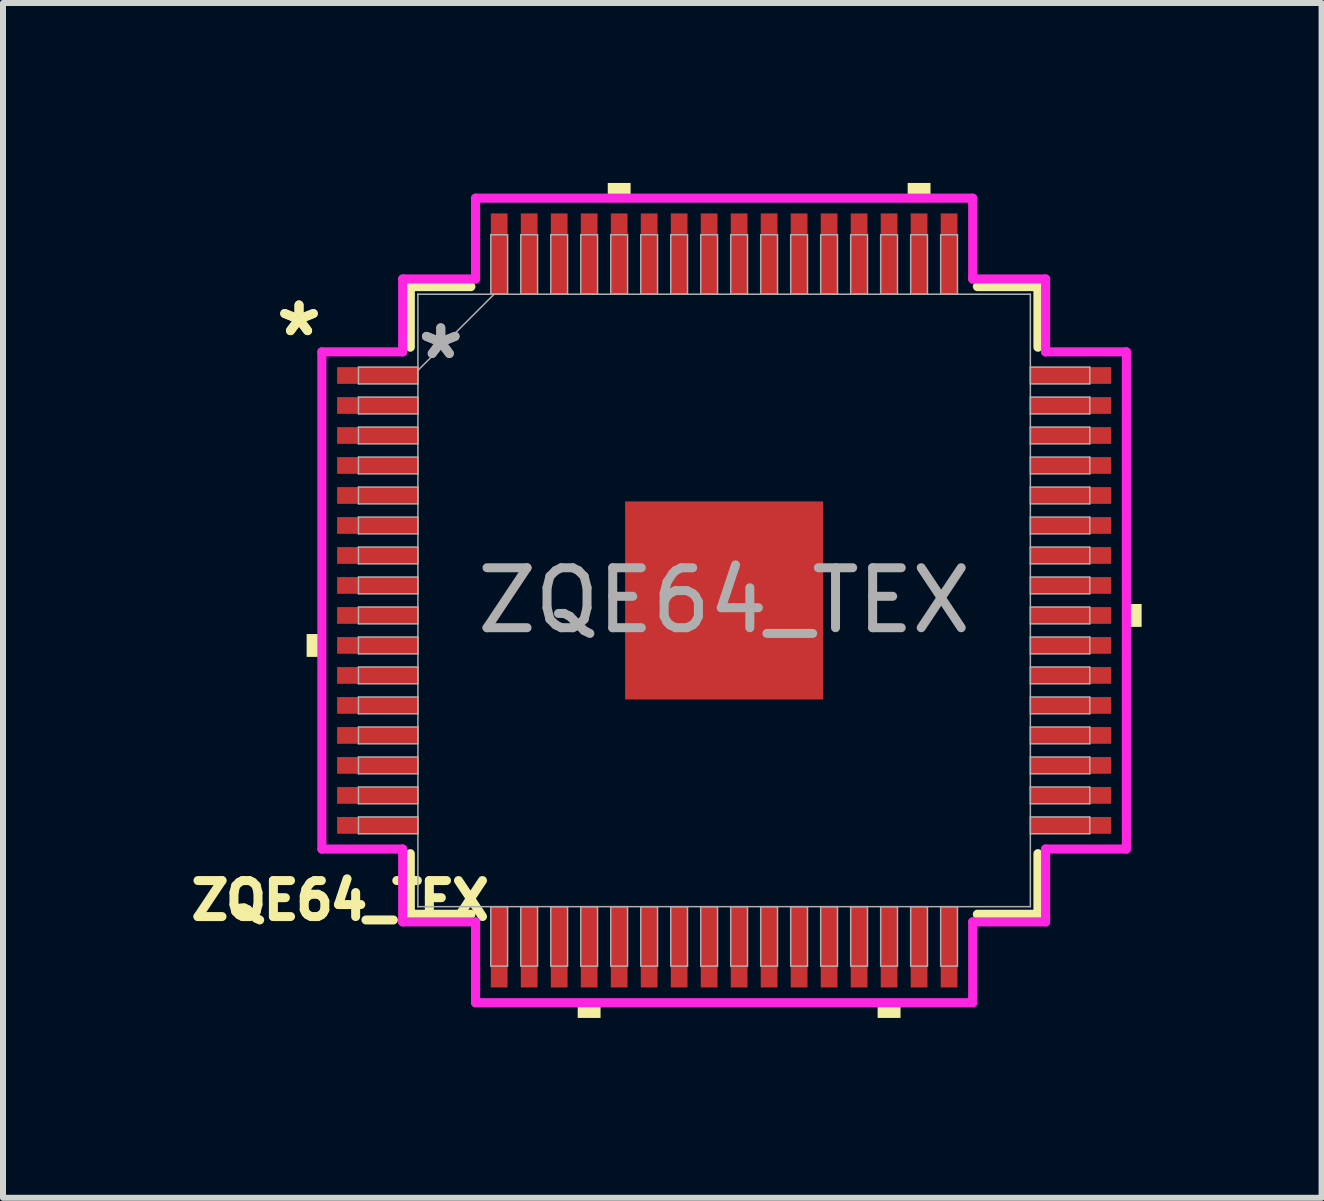
<source format=kicad_pcb>
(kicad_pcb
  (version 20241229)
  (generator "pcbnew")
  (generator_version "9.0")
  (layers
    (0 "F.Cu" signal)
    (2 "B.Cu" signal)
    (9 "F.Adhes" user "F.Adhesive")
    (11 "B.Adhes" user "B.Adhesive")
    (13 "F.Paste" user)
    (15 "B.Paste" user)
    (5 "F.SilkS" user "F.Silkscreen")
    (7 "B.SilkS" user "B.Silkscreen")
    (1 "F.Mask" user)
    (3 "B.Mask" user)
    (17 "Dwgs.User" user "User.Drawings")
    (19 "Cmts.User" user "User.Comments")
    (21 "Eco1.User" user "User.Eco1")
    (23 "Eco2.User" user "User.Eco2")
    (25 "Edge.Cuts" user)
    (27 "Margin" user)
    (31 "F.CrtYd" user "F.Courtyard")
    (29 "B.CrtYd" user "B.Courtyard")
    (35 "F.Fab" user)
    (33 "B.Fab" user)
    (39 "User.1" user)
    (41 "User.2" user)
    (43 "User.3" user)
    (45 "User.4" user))
  (footprint "ZQE64_TEX"
    (layer "F.Cu")
    (at 9.022 6.96)
    (property "Reference" "ZQE64_TEX" (at -6.4 5 0) (unlocked yes) (layer "F.SilkS") (effects (font (size 0.6 0.6) (thickness 0.15))))
    (attr smd)
    (fp_line (start -5.232 -5.232) (end -5.232 -4.222) (stroke (width 0.152) (type solid)) (layer "F.SilkS"))
    (fp_line (start -5.232 4.222) (end -5.232 5.232) (stroke (width 0.152) (type solid)) (layer "F.SilkS"))
    (fp_line (start -5.232 5.232) (end -4.222 5.232) (stroke (width 0.152) (type solid)) (layer "F.SilkS"))
    (fp_line (start -4.222 -5.232) (end -5.232 -5.232) (stroke (width 0.152) (type solid)) (layer "F.SilkS"))
    (fp_line (start 4.222 5.232) (end 5.232 5.232) (stroke (width 0.152) (type solid)) (layer "F.SilkS"))
    (fp_line (start 5.232 -5.232) (end 4.222 -5.232) (stroke (width 0.152) (type solid)) (layer "F.SilkS"))
    (fp_line (start 5.232 -4.222) (end 5.232 -5.232) (stroke (width 0.152) (type solid)) (layer "F.SilkS"))
    (fp_line (start 5.232 5.232) (end 5.232 4.222) (stroke (width 0.152) (type solid)) (layer "F.SilkS"))
    (fp_poly (pts (xy -6.96 0.56) (xy -6.96 0.941) (xy -6.706 0.941) (xy -6.706 0.56)) (stroke (width 0) (type solid)) (fill yes) (layer "F.SilkS"))
    (fp_poly (pts (xy -2.441 6.706) (xy -2.441 6.96) (xy -2.06 6.96) (xy -2.06 6.706)) (stroke (width 0) (type solid)) (fill yes) (layer "F.SilkS"))
    (fp_poly (pts (xy -1.94 -6.706) (xy -1.94 -6.96) (xy -1.559 -6.96) (xy -1.559 -6.706)) (stroke (width 0) (type solid)) (fill yes) (layer "F.SilkS"))
    (fp_poly (pts (xy 2.559 6.706) (xy 2.559 6.96) (xy 2.941 6.96) (xy 2.941 6.706)) (stroke (width 0) (type solid)) (fill yes) (layer "F.SilkS"))
    (fp_poly (pts (xy 3.06 -6.706) (xy 3.06 -6.96) (xy 3.441 -6.96) (xy 3.441 -6.706)) (stroke (width 0) (type solid)) (fill yes) (layer "F.SilkS"))
    (fp_poly (pts (xy 6.96 0.059) (xy 6.96 0.441) (xy 6.706 0.441) (xy 6.706 0.059)) (stroke (width 0) (type solid)) (fill yes) (layer "F.SilkS"))
    (fp_poly (pts (xy -1.551 -1.551) (xy -1.551 -0.1) (xy -0.1 -0.1) (xy -0.1 -1.551)) (stroke (width 0) (type solid)) (fill yes) (layer "F.Paste"))
    (fp_poly (pts (xy -1.551 0.1) (xy -1.551 1.551) (xy -0.1 1.551) (xy -0.1 0.1)) (stroke (width 0) (type solid)) (fill yes) (layer "F.Paste"))
    (fp_poly (pts (xy 0.1 -1.551) (xy 0.1 -0.1) (xy 1.551 -0.1) (xy 1.551 -1.551)) (stroke (width 0) (type solid)) (fill yes) (layer "F.Paste"))
    (fp_poly (pts (xy 0.1 0.1) (xy 0.1 1.551) (xy 1.551 1.551) (xy 1.551 0.1)) (stroke (width 0) (type solid)) (fill yes) (layer "F.Paste"))
    (fp_line (start -6.706 -4.144) (end -5.359 -4.144) (stroke (width 0.152) (type solid)) (layer "F.CrtYd"))
    (fp_line (start -6.706 4.144) (end -6.706 -4.144) (stroke (width 0.152) (type solid)) (layer "F.CrtYd"))
    (fp_line (start -5.359 -5.359) (end -4.144 -5.359) (stroke (width 0.152) (type solid)) (layer "F.CrtYd"))
    (fp_line (start -5.359 -4.144) (end -5.359 -5.359) (stroke (width 0.152) (type solid)) (layer "F.CrtYd"))
    (fp_line (start -5.359 4.144) (end -6.706 4.144) (stroke (width 0.152) (type solid)) (layer "F.CrtYd"))
    (fp_line (start -5.359 5.359) (end -5.359 4.144) (stroke (width 0.152) (type solid)) (layer "F.CrtYd"))
    (fp_line (start -5.359 5.359) (end -4.144 5.359) (stroke (width 0.152) (type solid)) (layer "F.CrtYd"))
    (fp_line (start -4.144 -6.706) (end 4.144 -6.706) (stroke (width 0.152) (type solid)) (layer "F.CrtYd"))
    (fp_line (start -4.144 -5.359) (end -4.144 -6.706) (stroke (width 0.152) (type solid)) (layer "F.CrtYd"))
    (fp_line (start -4.144 5.359) (end -4.144 6.706) (stroke (width 0.152) (type solid)) (layer "F.CrtYd"))
    (fp_line (start -4.144 6.706) (end 4.144 6.706) (stroke (width 0.152) (type solid)) (layer "F.CrtYd"))
    (fp_line (start 4.144 -6.706) (end 4.144 -5.359) (stroke (width 0.152) (type solid)) (layer "F.CrtYd"))
    (fp_line (start 4.144 -5.359) (end 5.359 -5.359) (stroke (width 0.152) (type solid)) (layer "F.CrtYd"))
    (fp_line (start 4.144 5.359) (end 5.359 5.359) (stroke (width 0.152) (type solid)) (layer "F.CrtYd"))
    (fp_line (start 4.144 6.706) (end 4.144 5.359) (stroke (width 0.152) (type solid)) (layer "F.CrtYd"))
    (fp_line (start 5.359 -4.144) (end 5.359 -5.359) (stroke (width 0.152) (type solid)) (layer "F.CrtYd"))
    (fp_line (start 5.359 4.144) (end 6.706 4.144) (stroke (width 0.152) (type solid)) (layer "F.CrtYd"))
    (fp_line (start 5.359 5.359) (end 5.359 4.144) (stroke (width 0.152) (type solid)) (layer "F.CrtYd"))
    (fp_line (start 6.706 -4.144) (end 5.359 -4.144) (stroke (width 0.152) (type solid)) (layer "F.CrtYd"))
    (fp_line (start 6.706 4.144) (end 6.706 -4.144) (stroke (width 0.152) (type solid)) (layer "F.CrtYd"))
    (fp_line (start -6.096 -3.89) (end -6.096 -3.61) (stroke (width 0.025) (type solid)) (layer "F.Fab"))
    (fp_line (start -6.096 -3.61) (end -5.105 -3.61) (stroke (width 0.025) (type solid)) (layer "F.Fab"))
    (fp_line (start -6.096 -3.39) (end -6.096 -3.11) (stroke (width 0.025) (type solid)) (layer "F.Fab"))
    (fp_line (start -6.096 -3.11) (end -5.105 -3.11) (stroke (width 0.025) (type solid)) (layer "F.Fab"))
    (fp_line (start -6.096 -2.89) (end -6.096 -2.61) (stroke (width 0.025) (type solid)) (layer "F.Fab"))
    (fp_line (start -6.096 -2.61) (end -5.105 -2.61) (stroke (width 0.025) (type solid)) (layer "F.Fab"))
    (fp_line (start -6.096 -2.39) (end -6.096 -2.11) (stroke (width 0.025) (type solid)) (layer "F.Fab"))
    (fp_line (start -6.096 -2.11) (end -5.105 -2.11) (stroke (width 0.025) (type solid)) (layer "F.Fab"))
    (fp_line (start -6.096 -1.89) (end -6.096 -1.61) (stroke (width 0.025) (type solid)) (layer "F.Fab"))
    (fp_line (start -6.096 -1.61) (end -5.105 -1.61) (stroke (width 0.025) (type solid)) (layer "F.Fab"))
    (fp_line (start -6.096 -1.39) (end -6.096 -1.11) (stroke (width 0.025) (type solid)) (layer "F.Fab"))
    (fp_line (start -6.096 -1.11) (end -5.105 -1.11) (stroke (width 0.025) (type solid)) (layer "F.Fab"))
    (fp_line (start -6.096 -0.89) (end -6.096 -0.61) (stroke (width 0.025) (type solid)) (layer "F.Fab"))
    (fp_line (start -6.096 -0.61) (end -5.105 -0.61) (stroke (width 0.025) (type solid)) (layer "F.Fab"))
    (fp_line (start -6.096 -0.39) (end -6.096 -0.11) (stroke (width 0.025) (type solid)) (layer "F.Fab"))
    (fp_line (start -6.096 -0.11) (end -5.105 -0.11) (stroke (width 0.025) (type solid)) (layer "F.Fab"))
    (fp_line (start -6.096 0.11) (end -6.096 0.39) (stroke (width 0.025) (type solid)) (layer "F.Fab"))
    (fp_line (start -6.096 0.39) (end -5.105 0.39) (stroke (width 0.025) (type solid)) (layer "F.Fab"))
    (fp_line (start -6.096 0.61) (end -6.096 0.89) (stroke (width 0.025) (type solid)) (layer "F.Fab"))
    (fp_line (start -6.096 0.89) (end -5.105 0.89) (stroke (width 0.025) (type solid)) (layer "F.Fab"))
    (fp_line (start -6.096 1.11) (end -6.096 1.39) (stroke (width 0.025) (type solid)) (layer "F.Fab"))
    (fp_line (start -6.096 1.39) (end -5.105 1.39) (stroke (width 0.025) (type solid)) (layer "F.Fab"))
    (fp_line (start -6.096 1.61) (end -6.096 1.89) (stroke (width 0.025) (type solid)) (layer "F.Fab"))
    (fp_line (start -6.096 1.89) (end -5.105 1.89) (stroke (width 0.025) (type solid)) (layer "F.Fab"))
    (fp_line (start -6.096 2.11) (end -6.096 2.39) (stroke (width 0.025) (type solid)) (layer "F.Fab"))
    (fp_line (start -6.096 2.39) (end -5.105 2.39) (stroke (width 0.025) (type solid)) (layer "F.Fab"))
    (fp_line (start -6.096 2.61) (end -6.096 2.89) (stroke (width 0.025) (type solid)) (layer "F.Fab"))
    (fp_line (start -6.096 2.89) (end -5.105 2.89) (stroke (width 0.025) (type solid)) (layer "F.Fab"))
    (fp_line (start -6.096 3.11) (end -6.096 3.39) (stroke (width 0.025) (type solid)) (layer "F.Fab"))
    (fp_line (start -6.096 3.39) (end -5.105 3.39) (stroke (width 0.025) (type solid)) (layer "F.Fab"))
    (fp_line (start -6.096 3.61) (end -6.096 3.89) (stroke (width 0.025) (type solid)) (layer "F.Fab"))
    (fp_line (start -6.096 3.89) (end -5.105 3.89) (stroke (width 0.025) (type solid)) (layer "F.Fab"))
    (fp_line (start -5.105 -5.105) (end -5.105 -5.105) (stroke (width 0.025) (type solid)) (layer "F.Fab"))
    (fp_line (start -5.105 -5.105) (end -5.105 5.105) (stroke (width 0.025) (type solid)) (layer "F.Fab"))
    (fp_line (start -5.105 -3.89) (end -6.096 -3.89) (stroke (width 0.025) (type solid)) (layer "F.Fab"))
    (fp_line (start -5.105 -3.835) (end -3.835 -5.105) (stroke (width 0.025) (type solid)) (layer "F.Fab"))
    (fp_line (start -5.105 -3.61) (end -5.105 -3.89) (stroke (width 0.025) (type solid)) (layer "F.Fab"))
    (fp_line (start -5.105 -3.39) (end -6.096 -3.39) (stroke (width 0.025) (type solid)) (layer "F.Fab"))
    (fp_line (start -5.105 -3.11) (end -5.105 -3.39) (stroke (width 0.025) (type solid)) (layer "F.Fab"))
    (fp_line (start -5.105 -2.89) (end -6.096 -2.89) (stroke (width 0.025) (type solid)) (layer "F.Fab"))
    (fp_line (start -5.105 -2.61) (end -5.105 -2.89) (stroke (width 0.025) (type solid)) (layer "F.Fab"))
    (fp_line (start -5.105 -2.39) (end -6.096 -2.39) (stroke (width 0.025) (type solid)) (layer "F.Fab"))
    (fp_line (start -5.105 -2.11) (end -5.105 -2.39) (stroke (width 0.025) (type solid)) (layer "F.Fab"))
    (fp_line (start -5.105 -1.89) (end -6.096 -1.89) (stroke (width 0.025) (type solid)) (layer "F.Fab"))
    (fp_line (start -5.105 -1.61) (end -5.105 -1.89) (stroke (width 0.025) (type solid)) (layer "F.Fab"))
    (fp_line (start -5.105 -1.39) (end -6.096 -1.39) (stroke (width 0.025) (type solid)) (layer "F.Fab"))
    (fp_line (start -5.105 -1.11) (end -5.105 -1.39) (stroke (width 0.025) (type solid)) (layer "F.Fab"))
    (fp_line (start -5.105 -0.89) (end -6.096 -0.89) (stroke (width 0.025) (type solid)) (layer "F.Fab"))
    (fp_line (start -5.105 -0.61) (end -5.105 -0.89) (stroke (width 0.025) (type solid)) (layer "F.Fab"))
    (fp_line (start -5.105 -0.39) (end -6.096 -0.39) (stroke (width 0.025) (type solid)) (layer "F.Fab"))
    (fp_line (start -5.105 -0.11) (end -5.105 -0.39) (stroke (width 0.025) (type solid)) (layer "F.Fab"))
    (fp_line (start -5.105 0.11) (end -6.096 0.11) (stroke (width 0.025) (type solid)) (layer "F.Fab"))
    (fp_line (start -5.105 0.39) (end -5.105 0.11) (stroke (width 0.025) (type solid)) (layer "F.Fab"))
    (fp_line (start -5.105 0.61) (end -6.096 0.61) (stroke (width 0.025) (type solid)) (layer "F.Fab"))
    (fp_line (start -5.105 0.89) (end -5.105 0.61) (stroke (width 0.025) (type solid)) (layer "F.Fab"))
    (fp_line (start -5.105 1.11) (end -6.096 1.11) (stroke (width 0.025) (type solid)) (layer "F.Fab"))
    (fp_line (start -5.105 1.39) (end -5.105 1.11) (stroke (width 0.025) (type solid)) (layer "F.Fab"))
    (fp_line (start -5.105 1.61) (end -6.096 1.61) (stroke (width 0.025) (type solid)) (layer "F.Fab"))
    (fp_line (start -5.105 1.89) (end -5.105 1.61) (stroke (width 0.025) (type solid)) (layer "F.Fab"))
    (fp_line (start -5.105 2.11) (end -6.096 2.11) (stroke (width 0.025) (type solid)) (layer "F.Fab"))
    (fp_line (start -5.105 2.39) (end -5.105 2.11) (stroke (width 0.025) (type solid)) (layer "F.Fab"))
    (fp_line (start -5.105 2.61) (end -6.096 2.61) (stroke (width 0.025) (type solid)) (layer "F.Fab"))
    (fp_line (start -5.105 2.89) (end -5.105 2.61) (stroke (width 0.025) (type solid)) (layer "F.Fab"))
    (fp_line (start -5.105 3.11) (end -6.096 3.11) (stroke (width 0.025) (type solid)) (layer "F.Fab"))
    (fp_line (start -5.105 3.39) (end -5.105 3.11) (stroke (width 0.025) (type solid)) (layer "F.Fab"))
    (fp_line (start -5.105 3.61) (end -6.096 3.61) (stroke (width 0.025) (type solid)) (layer "F.Fab"))
    (fp_line (start -5.105 3.89) (end -5.105 3.61) (stroke (width 0.025) (type solid)) (layer "F.Fab"))
    (fp_line (start -5.105 5.105) (end -5.105 5.105) (stroke (width 0.025) (type solid)) (layer "F.Fab"))
    (fp_line (start -5.105 5.105) (end 5.105 5.105) (stroke (width 0.025) (type solid)) (layer "F.Fab"))
    (fp_line (start -3.89 -6.096) (end -3.89 -5.105) (stroke (width 0.025) (type solid)) (layer "F.Fab"))
    (fp_line (start -3.89 -5.105) (end -3.61 -5.105) (stroke (width 0.025) (type solid)) (layer "F.Fab"))
    (fp_line (start -3.89 5.105) (end -3.89 6.096) (stroke (width 0.025) (type solid)) (layer "F.Fab"))
    (fp_line (start -3.89 6.096) (end -3.61 6.096) (stroke (width 0.025) (type solid)) (layer "F.Fab"))
    (fp_line (start -3.61 -6.096) (end -3.89 -6.096) (stroke (width 0.025) (type solid)) (layer "F.Fab"))
    (fp_line (start -3.61 -5.105) (end -3.61 -6.096) (stroke (width 0.025) (type solid)) (layer "F.Fab"))
    (fp_line (start -3.61 5.105) (end -3.89 5.105) (stroke (width 0.025) (type solid)) (layer "F.Fab"))
    (fp_line (start -3.61 6.096) (end -3.61 5.105) (stroke (width 0.025) (type solid)) (layer "F.Fab"))
    (fp_line (start -3.39 -6.096) (end -3.39 -5.105) (stroke (width 0.025) (type solid)) (layer "F.Fab"))
    (fp_line (start -3.39 -5.105) (end -3.11 -5.105) (stroke (width 0.025) (type solid)) (layer "F.Fab"))
    (fp_line (start -3.39 5.105) (end -3.39 6.096) (stroke (width 0.025) (type solid)) (layer "F.Fab"))
    (fp_line (start -3.39 6.096) (end -3.11 6.096) (stroke (width 0.025) (type solid)) (layer "F.Fab"))
    (fp_line (start -3.11 -6.096) (end -3.39 -6.096) (stroke (width 0.025) (type solid)) (layer "F.Fab"))
    (fp_line (start -3.11 -5.105) (end -3.11 -6.096) (stroke (width 0.025) (type solid)) (layer "F.Fab"))
    (fp_line (start -3.11 5.105) (end -3.39 5.105) (stroke (width 0.025) (type solid)) (layer "F.Fab"))
    (fp_line (start -3.11 6.096) (end -3.11 5.105) (stroke (width 0.025) (type solid)) (layer "F.Fab"))
    (fp_line (start -2.89 -6.096) (end -2.89 -5.105) (stroke (width 0.025) (type solid)) (layer "F.Fab"))
    (fp_line (start -2.89 -5.105) (end -2.61 -5.105) (stroke (width 0.025) (type solid)) (layer "F.Fab"))
    (fp_line (start -2.89 5.105) (end -2.89 6.096) (stroke (width 0.025) (type solid)) (layer "F.Fab"))
    (fp_line (start -2.89 6.096) (end -2.61 6.096) (stroke (width 0.025) (type solid)) (layer "F.Fab"))
    (fp_line (start -2.61 -6.096) (end -2.89 -6.096) (stroke (width 0.025) (type solid)) (layer "F.Fab"))
    (fp_line (start -2.61 -5.105) (end -2.61 -6.096) (stroke (width 0.025) (type solid)) (layer "F.Fab"))
    (fp_line (start -2.61 5.105) (end -2.89 5.105) (stroke (width 0.025) (type solid)) (layer "F.Fab"))
    (fp_line (start -2.61 6.096) (end -2.61 5.105) (stroke (width 0.025) (type solid)) (layer "F.Fab"))
    (fp_line (start -2.39 -6.096) (end -2.39 -5.105) (stroke (width 0.025) (type solid)) (layer "F.Fab"))
    (fp_line (start -2.39 -5.105) (end -2.11 -5.105) (stroke (width 0.025) (type solid)) (layer "F.Fab"))
    (fp_line (start -2.39 5.105) (end -2.39 6.096) (stroke (width 0.025) (type solid)) (layer "F.Fab"))
    (fp_line (start -2.39 6.096) (end -2.11 6.096) (stroke (width 0.025) (type solid)) (layer "F.Fab"))
    (fp_line (start -2.11 -6.096) (end -2.39 -6.096) (stroke (width 0.025) (type solid)) (layer "F.Fab"))
    (fp_line (start -2.11 -5.105) (end -2.11 -6.096) (stroke (width 0.025) (type solid)) (layer "F.Fab"))
    (fp_line (start -2.11 5.105) (end -2.39 5.105) (stroke (width 0.025) (type solid)) (layer "F.Fab"))
    (fp_line (start -2.11 6.096) (end -2.11 5.105) (stroke (width 0.025) (type solid)) (layer "F.Fab"))
    (fp_line (start -1.89 -6.096) (end -1.89 -5.105) (stroke (width 0.025) (type solid)) (layer "F.Fab"))
    (fp_line (start -1.89 -5.105) (end -1.61 -5.105) (stroke (width 0.025) (type solid)) (layer "F.Fab"))
    (fp_line (start -1.89 5.105) (end -1.89 6.096) (stroke (width 0.025) (type solid)) (layer "F.Fab"))
    (fp_line (start -1.89 6.096) (end -1.61 6.096) (stroke (width 0.025) (type solid)) (layer "F.Fab"))
    (fp_line (start -1.61 -6.096) (end -1.89 -6.096) (stroke (width 0.025) (type solid)) (layer "F.Fab"))
    (fp_line (start -1.61 -5.105) (end -1.61 -6.096) (stroke (width 0.025) (type solid)) (layer "F.Fab"))
    (fp_line (start -1.61 5.105) (end -1.89 5.105) (stroke (width 0.025) (type solid)) (layer "F.Fab"))
    (fp_line (start -1.61 6.096) (end -1.61 5.105) (stroke (width 0.025) (type solid)) (layer "F.Fab"))
    (fp_line (start -1.39 -6.096) (end -1.39 -5.105) (stroke (width 0.025) (type solid)) (layer "F.Fab"))
    (fp_line (start -1.39 -5.105) (end -1.11 -5.105) (stroke (width 0.025) (type solid)) (layer "F.Fab"))
    (fp_line (start -1.39 5.105) (end -1.39 6.096) (stroke (width 0.025) (type solid)) (layer "F.Fab"))
    (fp_line (start -1.39 6.096) (end -1.11 6.096) (stroke (width 0.025) (type solid)) (layer "F.Fab"))
    (fp_line (start -1.11 -6.096) (end -1.39 -6.096) (stroke (width 0.025) (type solid)) (layer "F.Fab"))
    (fp_line (start -1.11 -5.105) (end -1.11 -6.096) (stroke (width 0.025) (type solid)) (layer "F.Fab"))
    (fp_line (start -1.11 5.105) (end -1.39 5.105) (stroke (width 0.025) (type solid)) (layer "F.Fab"))
    (fp_line (start -1.11 6.096) (end -1.11 5.105) (stroke (width 0.025) (type solid)) (layer "F.Fab"))
    (fp_line (start -0.89 -6.096) (end -0.89 -5.105) (stroke (width 0.025) (type solid)) (layer "F.Fab"))
    (fp_line (start -0.89 -5.105) (end -0.61 -5.105) (stroke (width 0.025) (type solid)) (layer "F.Fab"))
    (fp_line (start -0.89 5.105) (end -0.89 6.096) (stroke (width 0.025) (type solid)) (layer "F.Fab"))
    (fp_line (start -0.89 6.096) (end -0.61 6.096) (stroke (width 0.025) (type solid)) (layer "F.Fab"))
    (fp_line (start -0.61 -6.096) (end -0.89 -6.096) (stroke (width 0.025) (type solid)) (layer "F.Fab"))
    (fp_line (start -0.61 -5.105) (end -0.61 -6.096) (stroke (width 0.025) (type solid)) (layer "F.Fab"))
    (fp_line (start -0.61 5.105) (end -0.89 5.105) (stroke (width 0.025) (type solid)) (layer "F.Fab"))
    (fp_line (start -0.61 6.096) (end -0.61 5.105) (stroke (width 0.025) (type solid)) (layer "F.Fab"))
    (fp_line (start -0.39 -6.096) (end -0.39 -5.105) (stroke (width 0.025) (type solid)) (layer "F.Fab"))
    (fp_line (start -0.39 -5.105) (end -0.11 -5.105) (stroke (width 0.025) (type solid)) (layer "F.Fab"))
    (fp_line (start -0.39 5.105) (end -0.39 6.096) (stroke (width 0.025) (type solid)) (layer "F.Fab"))
    (fp_line (start -0.39 6.096) (end -0.11 6.096) (stroke (width 0.025) (type solid)) (layer "F.Fab"))
    (fp_line (start -0.11 -6.096) (end -0.39 -6.096) (stroke (width 0.025) (type solid)) (layer "F.Fab"))
    (fp_line (start -0.11 -5.105) (end -0.11 -6.096) (stroke (width 0.025) (type solid)) (layer "F.Fab"))
    (fp_line (start -0.11 5.105) (end -0.39 5.105) (stroke (width 0.025) (type solid)) (layer "F.Fab"))
    (fp_line (start -0.11 6.096) (end -0.11 5.105) (stroke (width 0.025) (type solid)) (layer "F.Fab"))
    (fp_line (start 0.11 -6.096) (end 0.11 -5.105) (stroke (width 0.025) (type solid)) (layer "F.Fab"))
    (fp_line (start 0.11 -5.105) (end 0.39 -5.105) (stroke (width 0.025) (type solid)) (layer "F.Fab"))
    (fp_line (start 0.11 5.105) (end 0.11 6.096) (stroke (width 0.025) (type solid)) (layer "F.Fab"))
    (fp_line (start 0.11 6.096) (end 0.39 6.096) (stroke (width 0.025) (type solid)) (layer "F.Fab"))
    (fp_line (start 0.39 -6.096) (end 0.11 -6.096) (stroke (width 0.025) (type solid)) (layer "F.Fab"))
    (fp_line (start 0.39 -5.105) (end 0.39 -6.096) (stroke (width 0.025) (type solid)) (layer "F.Fab"))
    (fp_line (start 0.39 5.105) (end 0.11 5.105) (stroke (width 0.025) (type solid)) (layer "F.Fab"))
    (fp_line (start 0.39 6.096) (end 0.39 5.105) (stroke (width 0.025) (type solid)) (layer "F.Fab"))
    (fp_line (start 0.61 -6.096) (end 0.61 -5.105) (stroke (width 0.025) (type solid)) (layer "F.Fab"))
    (fp_line (start 0.61 -5.105) (end 0.89 -5.105) (stroke (width 0.025) (type solid)) (layer "F.Fab"))
    (fp_line (start 0.61 5.105) (end 0.61 6.096) (stroke (width 0.025) (type solid)) (layer "F.Fab"))
    (fp_line (start 0.61 6.096) (end 0.89 6.096) (stroke (width 0.025) (type solid)) (layer "F.Fab"))
    (fp_line (start 0.89 -6.096) (end 0.61 -6.096) (stroke (width 0.025) (type solid)) (layer "F.Fab"))
    (fp_line (start 0.89 -5.105) (end 0.89 -6.096) (stroke (width 0.025) (type solid)) (layer "F.Fab"))
    (fp_line (start 0.89 5.105) (end 0.61 5.105) (stroke (width 0.025) (type solid)) (layer "F.Fab"))
    (fp_line (start 0.89 6.096) (end 0.89 5.105) (stroke (width 0.025) (type solid)) (layer "F.Fab"))
    (fp_line (start 1.11 -6.096) (end 1.11 -5.105) (stroke (width 0.025) (type solid)) (layer "F.Fab"))
    (fp_line (start 1.11 -5.105) (end 1.39 -5.105) (stroke (width 0.025) (type solid)) (layer "F.Fab"))
    (fp_line (start 1.11 5.105) (end 1.11 6.096) (stroke (width 0.025) (type solid)) (layer "F.Fab"))
    (fp_line (start 1.11 6.096) (end 1.39 6.096) (stroke (width 0.025) (type solid)) (layer "F.Fab"))
    (fp_line (start 1.39 -6.096) (end 1.11 -6.096) (stroke (width 0.025) (type solid)) (layer "F.Fab"))
    (fp_line (start 1.39 -5.105) (end 1.39 -6.096) (stroke (width 0.025) (type solid)) (layer "F.Fab"))
    (fp_line (start 1.39 5.105) (end 1.11 5.105) (stroke (width 0.025) (type solid)) (layer "F.Fab"))
    (fp_line (start 1.39 6.096) (end 1.39 5.105) (stroke (width 0.025) (type solid)) (layer "F.Fab"))
    (fp_line (start 1.61 -6.096) (end 1.61 -5.105) (stroke (width 0.025) (type solid)) (layer "F.Fab"))
    (fp_line (start 1.61 -5.105) (end 1.89 -5.105) (stroke (width 0.025) (type solid)) (layer "F.Fab"))
    (fp_line (start 1.61 5.105) (end 1.61 6.096) (stroke (width 0.025) (type solid)) (layer "F.Fab"))
    (fp_line (start 1.61 6.096) (end 1.89 6.096) (stroke (width 0.025) (type solid)) (layer "F.Fab"))
    (fp_line (start 1.89 -6.096) (end 1.61 -6.096) (stroke (width 0.025) (type solid)) (layer "F.Fab"))
    (fp_line (start 1.89 -5.105) (end 1.89 -6.096) (stroke (width 0.025) (type solid)) (layer "F.Fab"))
    (fp_line (start 1.89 5.105) (end 1.61 5.105) (stroke (width 0.025) (type solid)) (layer "F.Fab"))
    (fp_line (start 1.89 6.096) (end 1.89 5.105) (stroke (width 0.025) (type solid)) (layer "F.Fab"))
    (fp_line (start 2.11 -6.096) (end 2.11 -5.105) (stroke (width 0.025) (type solid)) (layer "F.Fab"))
    (fp_line (start 2.11 -5.105) (end 2.39 -5.105) (stroke (width 0.025) (type solid)) (layer "F.Fab"))
    (fp_line (start 2.11 5.105) (end 2.11 6.096) (stroke (width 0.025) (type solid)) (layer "F.Fab"))
    (fp_line (start 2.11 6.096) (end 2.39 6.096) (stroke (width 0.025) (type solid)) (layer "F.Fab"))
    (fp_line (start 2.39 -6.096) (end 2.11 -6.096) (stroke (width 0.025) (type solid)) (layer "F.Fab"))
    (fp_line (start 2.39 -5.105) (end 2.39 -6.096) (stroke (width 0.025) (type solid)) (layer "F.Fab"))
    (fp_line (start 2.39 5.105) (end 2.11 5.105) (stroke (width 0.025) (type solid)) (layer "F.Fab"))
    (fp_line (start 2.39 6.096) (end 2.39 5.105) (stroke (width 0.025) (type solid)) (layer "F.Fab"))
    (fp_line (start 2.61 -6.096) (end 2.61 -5.105) (stroke (width 0.025) (type solid)) (layer "F.Fab"))
    (fp_line (start 2.61 -5.105) (end 2.89 -5.105) (stroke (width 0.025) (type solid)) (layer "F.Fab"))
    (fp_line (start 2.61 5.105) (end 2.61 6.096) (stroke (width 0.025) (type solid)) (layer "F.Fab"))
    (fp_line (start 2.61 6.096) (end 2.89 6.096) (stroke (width 0.025) (type solid)) (layer "F.Fab"))
    (fp_line (start 2.89 -6.096) (end 2.61 -6.096) (stroke (width 0.025) (type solid)) (layer "F.Fab"))
    (fp_line (start 2.89 -5.105) (end 2.89 -6.096) (stroke (width 0.025) (type solid)) (layer "F.Fab"))
    (fp_line (start 2.89 5.105) (end 2.61 5.105) (stroke (width 0.025) (type solid)) (layer "F.Fab"))
    (fp_line (start 2.89 6.096) (end 2.89 5.105) (stroke (width 0.025) (type solid)) (layer "F.Fab"))
    (fp_line (start 3.11 -6.096) (end 3.11 -5.105) (stroke (width 0.025) (type solid)) (layer "F.Fab"))
    (fp_line (start 3.11 -5.105) (end 3.39 -5.105) (stroke (width 0.025) (type solid)) (layer "F.Fab"))
    (fp_line (start 3.11 5.105) (end 3.11 6.096) (stroke (width 0.025) (type solid)) (layer "F.Fab"))
    (fp_line (start 3.11 6.096) (end 3.39 6.096) (stroke (width 0.025) (type solid)) (layer "F.Fab"))
    (fp_line (start 3.39 -6.096) (end 3.11 -6.096) (stroke (width 0.025) (type solid)) (layer "F.Fab"))
    (fp_line (start 3.39 -5.105) (end 3.39 -6.096) (stroke (width 0.025) (type solid)) (layer "F.Fab"))
    (fp_line (start 3.39 5.105) (end 3.11 5.105) (stroke (width 0.025) (type solid)) (layer "F.Fab"))
    (fp_line (start 3.39 6.096) (end 3.39 5.105) (stroke (width 0.025) (type solid)) (layer "F.Fab"))
    (fp_line (start 3.61 -6.096) (end 3.61 -5.105) (stroke (width 0.025) (type solid)) (layer "F.Fab"))
    (fp_line (start 3.61 -5.105) (end 3.89 -5.105) (stroke (width 0.025) (type solid)) (layer "F.Fab"))
    (fp_line (start 3.61 5.105) (end 3.61 6.096) (stroke (width 0.025) (type solid)) (layer "F.Fab"))
    (fp_line (start 3.61 6.096) (end 3.89 6.096) (stroke (width 0.025) (type solid)) (layer "F.Fab"))
    (fp_line (start 3.89 -6.096) (end 3.61 -6.096) (stroke (width 0.025) (type solid)) (layer "F.Fab"))
    (fp_line (start 3.89 -5.105) (end 3.89 -6.096) (stroke (width 0.025) (type solid)) (layer "F.Fab"))
    (fp_line (start 3.89 5.105) (end 3.61 5.105) (stroke (width 0.025) (type solid)) (layer "F.Fab"))
    (fp_line (start 3.89 6.096) (end 3.89 5.105) (stroke (width 0.025) (type solid)) (layer "F.Fab"))
    (fp_line (start 5.105 -5.105) (end -5.105 -5.105) (stroke (width 0.025) (type solid)) (layer "F.Fab"))
    (fp_line (start 5.105 -5.105) (end 5.105 -5.105) (stroke (width 0.025) (type solid)) (layer "F.Fab"))
    (fp_line (start 5.105 -3.89) (end 5.105 -3.61) (stroke (width 0.025) (type solid)) (layer "F.Fab"))
    (fp_line (start 5.105 -3.61) (end 6.096 -3.61) (stroke (width 0.025) (type solid)) (layer "F.Fab"))
    (fp_line (start 5.105 -3.39) (end 5.105 -3.11) (stroke (width 0.025) (type solid)) (layer "F.Fab"))
    (fp_line (start 5.105 -3.11) (end 6.096 -3.11) (stroke (width 0.025) (type solid)) (layer "F.Fab"))
    (fp_line (start 5.105 -2.89) (end 5.105 -2.61) (stroke (width 0.025) (type solid)) (layer "F.Fab"))
    (fp_line (start 5.105 -2.61) (end 6.096 -2.61) (stroke (width 0.025) (type solid)) (layer "F.Fab"))
    (fp_line (start 5.105 -2.39) (end 5.105 -2.11) (stroke (width 0.025) (type solid)) (layer "F.Fab"))
    (fp_line (start 5.105 -2.11) (end 6.096 -2.11) (stroke (width 0.025) (type solid)) (layer "F.Fab"))
    (fp_line (start 5.105 -1.89) (end 5.105 -1.61) (stroke (width 0.025) (type solid)) (layer "F.Fab"))
    (fp_line (start 5.105 -1.61) (end 6.096 -1.61) (stroke (width 0.025) (type solid)) (layer "F.Fab"))
    (fp_line (start 5.105 -1.39) (end 5.105 -1.11) (stroke (width 0.025) (type solid)) (layer "F.Fab"))
    (fp_line (start 5.105 -1.11) (end 6.096 -1.11) (stroke (width 0.025) (type solid)) (layer "F.Fab"))
    (fp_line (start 5.105 -0.89) (end 5.105 -0.61) (stroke (width 0.025) (type solid)) (layer "F.Fab"))
    (fp_line (start 5.105 -0.61) (end 6.096 -0.61) (stroke (width 0.025) (type solid)) (layer "F.Fab"))
    (fp_line (start 5.105 -0.39) (end 5.105 -0.11) (stroke (width 0.025) (type solid)) (layer "F.Fab"))
    (fp_line (start 5.105 -0.11) (end 6.096 -0.11) (stroke (width 0.025) (type solid)) (layer "F.Fab"))
    (fp_line (start 5.105 0.11) (end 5.105 0.39) (stroke (width 0.025) (type solid)) (layer "F.Fab"))
    (fp_line (start 5.105 0.39) (end 6.096 0.39) (stroke (width 0.025) (type solid)) (layer "F.Fab"))
    (fp_line (start 5.105 0.61) (end 5.105 0.89) (stroke (width 0.025) (type solid)) (layer "F.Fab"))
    (fp_line (start 5.105 0.89) (end 6.096 0.89) (stroke (width 0.025) (type solid)) (layer "F.Fab"))
    (fp_line (start 5.105 1.11) (end 5.105 1.39) (stroke (width 0.025) (type solid)) (layer "F.Fab"))
    (fp_line (start 5.105 1.39) (end 6.096 1.39) (stroke (width 0.025) (type solid)) (layer "F.Fab"))
    (fp_line (start 5.105 1.61) (end 5.105 1.89) (stroke (width 0.025) (type solid)) (layer "F.Fab"))
    (fp_line (start 5.105 1.89) (end 6.096 1.89) (stroke (width 0.025) (type solid)) (layer "F.Fab"))
    (fp_line (start 5.105 2.11) (end 5.105 2.39) (stroke (width 0.025) (type solid)) (layer "F.Fab"))
    (fp_line (start 5.105 2.39) (end 6.096 2.39) (stroke (width 0.025) (type solid)) (layer "F.Fab"))
    (fp_line (start 5.105 2.61) (end 5.105 2.89) (stroke (width 0.025) (type solid)) (layer "F.Fab"))
    (fp_line (start 5.105 2.89) (end 6.096 2.89) (stroke (width 0.025) (type solid)) (layer "F.Fab"))
    (fp_line (start 5.105 3.11) (end 5.105 3.39) (stroke (width 0.025) (type solid)) (layer "F.Fab"))
    (fp_line (start 5.105 3.39) (end 6.096 3.39) (stroke (width 0.025) (type solid)) (layer "F.Fab"))
    (fp_line (start 5.105 3.61) (end 5.105 3.89) (stroke (width 0.025) (type solid)) (layer "F.Fab"))
    (fp_line (start 5.105 3.89) (end 6.096 3.89) (stroke (width 0.025) (type solid)) (layer "F.Fab"))
    (fp_line (start 5.105 5.105) (end 5.105 -5.105) (stroke (width 0.025) (type solid)) (layer "F.Fab"))
    (fp_line (start 5.105 5.105) (end 5.105 5.105) (stroke (width 0.025) (type solid)) (layer "F.Fab"))
    (fp_line (start 6.096 -3.89) (end 5.105 -3.89) (stroke (width 0.025) (type solid)) (layer "F.Fab"))
    (fp_line (start 6.096 -3.61) (end 6.096 -3.89) (stroke (width 0.025) (type solid)) (layer "F.Fab"))
    (fp_line (start 6.096 -3.39) (end 5.105 -3.39) (stroke (width 0.025) (type solid)) (layer "F.Fab"))
    (fp_line (start 6.096 -3.11) (end 6.096 -3.39) (stroke (width 0.025) (type solid)) (layer "F.Fab"))
    (fp_line (start 6.096 -2.89) (end 5.105 -2.89) (stroke (width 0.025) (type solid)) (layer "F.Fab"))
    (fp_line (start 6.096 -2.61) (end 6.096 -2.89) (stroke (width 0.025) (type solid)) (layer "F.Fab"))
    (fp_line (start 6.096 -2.39) (end 5.105 -2.39) (stroke (width 0.025) (type solid)) (layer "F.Fab"))
    (fp_line (start 6.096 -2.11) (end 6.096 -2.39) (stroke (width 0.025) (type solid)) (layer "F.Fab"))
    (fp_line (start 6.096 -1.89) (end 5.105 -1.89) (stroke (width 0.025) (type solid)) (layer "F.Fab"))
    (fp_line (start 6.096 -1.61) (end 6.096 -1.89) (stroke (width 0.025) (type solid)) (layer "F.Fab"))
    (fp_line (start 6.096 -1.39) (end 5.105 -1.39) (stroke (width 0.025) (type solid)) (layer "F.Fab"))
    (fp_line (start 6.096 -1.11) (end 6.096 -1.39) (stroke (width 0.025) (type solid)) (layer "F.Fab"))
    (fp_line (start 6.096 -0.89) (end 5.105 -0.89) (stroke (width 0.025) (type solid)) (layer "F.Fab"))
    (fp_line (start 6.096 -0.61) (end 6.096 -0.89) (stroke (width 0.025) (type solid)) (layer "F.Fab"))
    (fp_line (start 6.096 -0.39) (end 5.105 -0.39) (stroke (width 0.025) (type solid)) (layer "F.Fab"))
    (fp_line (start 6.096 -0.11) (end 6.096 -0.39) (stroke (width 0.025) (type solid)) (layer "F.Fab"))
    (fp_line (start 6.096 0.11) (end 5.105 0.11) (stroke (width 0.025) (type solid)) (layer "F.Fab"))
    (fp_line (start 6.096 0.39) (end 6.096 0.11) (stroke (width 0.025) (type solid)) (layer "F.Fab"))
    (fp_line (start 6.096 0.61) (end 5.105 0.61) (stroke (width 0.025) (type solid)) (layer "F.Fab"))
    (fp_line (start 6.096 0.89) (end 6.096 0.61) (stroke (width 0.025) (type solid)) (layer "F.Fab"))
    (fp_line (start 6.096 1.11) (end 5.105 1.11) (stroke (width 0.025) (type solid)) (layer "F.Fab"))
    (fp_line (start 6.096 1.39) (end 6.096 1.11) (stroke (width 0.025) (type solid)) (layer "F.Fab"))
    (fp_line (start 6.096 1.61) (end 5.105 1.61) (stroke (width 0.025) (type solid)) (layer "F.Fab"))
    (fp_line (start 6.096 1.89) (end 6.096 1.61) (stroke (width 0.025) (type solid)) (layer "F.Fab"))
    (fp_line (start 6.096 2.11) (end 5.105 2.11) (stroke (width 0.025) (type solid)) (layer "F.Fab"))
    (fp_line (start 6.096 2.39) (end 6.096 2.11) (stroke (width 0.025) (type solid)) (layer "F.Fab"))
    (fp_line (start 6.096 2.61) (end 5.105 2.61) (stroke (width 0.025) (type solid)) (layer "F.Fab"))
    (fp_line (start 6.096 2.89) (end 6.096 2.61) (stroke (width 0.025) (type solid)) (layer "F.Fab"))
    (fp_line (start 6.096 3.11) (end 5.105 3.11) (stroke (width 0.025) (type solid)) (layer "F.Fab"))
    (fp_line (start 6.096 3.39) (end 6.096 3.11) (stroke (width 0.025) (type solid)) (layer "F.Fab"))
    (fp_line (start 6.096 3.61) (end 5.105 3.61) (stroke (width 0.025) (type solid)) (layer "F.Fab"))
    (fp_line (start 6.096 3.89) (end 6.096 3.61) (stroke (width 0.025) (type solid)) (layer "F.Fab"))
    (fp_text user "*" (at -7.087 -4.381 180) (layer "F.SilkS") (effects (font (size 1 1) (thickness 0.15))))
    (fp_text user "*" (at -7.087 -4.381 0) (unlocked yes) (layer "F.SilkS") (effects (font (size 1 1) (thickness 0.15))))
    (fp_text user "*" (at -4.724 -4 180) (layer "F.Fab") (effects (font (size 1 1) (thickness 0.15))))
    (fp_text user "${REFERENCE}" (at 0 0 0) (unlocked yes) (layer "F.Fab") (effects (font (size 1 1) (thickness 0.15))))
    (fp_text user "*" (at -4.724 -4 0) (unlocked yes) (layer "F.Fab") (effects (font (size 1 1) (thickness 0.15))))
    (pad "1" smd rect (at -5.779 -3.75 90) (size 0.279 1.346) (layers "F.Cu" "F.Mask" "F.Paste"))
    (pad "2" smd rect (at -5.779 -3.25 90) (size 0.279 1.346) (layers "F.Cu" "F.Mask" "F.Paste"))
    (pad "3" smd rect (at -5.779 -2.75 90) (size 0.279 1.346) (layers "F.Cu" "F.Mask" "F.Paste"))
    (pad "4" smd rect (at -5.779 -2.25 90) (size 0.279 1.346) (layers "F.Cu" "F.Mask" "F.Paste"))
    (pad "5" smd rect (at -5.779 -1.75 90) (size 0.279 1.346) (layers "F.Cu" "F.Mask" "F.Paste"))
    (pad "6" smd rect (at -5.779 -1.25 90) (size 0.279 1.346) (layers "F.Cu" "F.Mask" "F.Paste"))
    (pad "7" smd rect (at -5.779 -0.75 90) (size 0.279 1.346) (layers "F.Cu" "F.Mask" "F.Paste"))
    (pad "8" smd rect (at -5.779 -0.25 90) (size 0.279 1.346) (layers "F.Cu" "F.Mask" "F.Paste"))
    (pad "9" smd rect (at -5.779 0.25 90) (size 0.279 1.346) (layers "F.Cu" "F.Mask" "F.Paste"))
    (pad "10" smd rect (at -5.779 0.75 90) (size 0.279 1.346) (layers "F.Cu" "F.Mask" "F.Paste"))
    (pad "11" smd rect (at -5.779 1.25 90) (size 0.279 1.346) (layers "F.Cu" "F.Mask" "F.Paste"))
    (pad "12" smd rect (at -5.779 1.75 90) (size 0.279 1.346) (layers "F.Cu" "F.Mask" "F.Paste"))
    (pad "13" smd rect (at -5.779 2.25 90) (size 0.279 1.346) (layers "F.Cu" "F.Mask" "F.Paste"))
    (pad "14" smd rect (at -5.779 2.75 90) (size 0.279 1.346) (layers "F.Cu" "F.Mask" "F.Paste"))
    (pad "15" smd rect (at -5.779 3.25 90) (size 0.279 1.346) (layers "F.Cu" "F.Mask" "F.Paste"))
    (pad "16" smd rect (at -5.779 3.75 90) (size 0.279 1.346) (layers "F.Cu" "F.Mask" "F.Paste"))
    (pad "17" smd rect (at -3.75 5.779) (size 0.279 1.346) (layers "F.Cu" "F.Mask" "F.Paste"))
    (pad "18" smd rect (at -3.25 5.779) (size 0.279 1.346) (layers "F.Cu" "F.Mask" "F.Paste"))
    (pad "19" smd rect (at -2.75 5.779) (size 0.279 1.346) (layers "F.Cu" "F.Mask" "F.Paste"))
    (pad "20" smd rect (at -2.25 5.779) (size 0.279 1.346) (layers "F.Cu" "F.Mask" "F.Paste"))
    (pad "21" smd rect (at -1.75 5.779) (size 0.279 1.346) (layers "F.Cu" "F.Mask" "F.Paste"))
    (pad "22" smd rect (at -1.25 5.779) (size 0.279 1.346) (layers "F.Cu" "F.Mask" "F.Paste"))
    (pad "23" smd rect (at -0.75 5.779) (size 0.279 1.346) (layers "F.Cu" "F.Mask" "F.Paste"))
    (pad "24" smd rect (at -0.25 5.779) (size 0.279 1.346) (layers "F.Cu" "F.Mask" "F.Paste"))
    (pad "25" smd rect (at 0.25 5.779) (size 0.279 1.346) (layers "F.Cu" "F.Mask" "F.Paste"))
    (pad "26" smd rect (at 0.75 5.779) (size 0.279 1.346) (layers "F.Cu" "F.Mask" "F.Paste"))
    (pad "27" smd rect (at 1.25 5.779) (size 0.279 1.346) (layers "F.Cu" "F.Mask" "F.Paste"))
    (pad "28" smd rect (at 1.75 5.779) (size 0.279 1.346) (layers "F.Cu" "F.Mask" "F.Paste"))
    (pad "29" smd rect (at 2.25 5.779) (size 0.279 1.346) (layers "F.Cu" "F.Mask" "F.Paste"))
    (pad "30" smd rect (at 2.75 5.779) (size 0.279 1.346) (layers "F.Cu" "F.Mask" "F.Paste"))
    (pad "31" smd rect (at 3.25 5.779) (size 0.279 1.346) (layers "F.Cu" "F.Mask" "F.Paste"))
    (pad "32" smd rect (at 3.75 5.779) (size 0.279 1.346) (layers "F.Cu" "F.Mask" "F.Paste"))
    (pad "33" smd rect (at 5.779 3.75 90) (size 0.279 1.346) (layers "F.Cu" "F.Mask" "F.Paste"))
    (pad "34" smd rect (at 5.779 3.25 90) (size 0.279 1.346) (layers "F.Cu" "F.Mask" "F.Paste"))
    (pad "35" smd rect (at 5.779 2.75 90) (size 0.279 1.346) (layers "F.Cu" "F.Mask" "F.Paste"))
    (pad "36" smd rect (at 5.779 2.25 90) (size 0.279 1.346) (layers "F.Cu" "F.Mask" "F.Paste"))
    (pad "37" smd rect (at 5.779 1.75 90) (size 0.279 1.346) (layers "F.Cu" "F.Mask" "F.Paste"))
    (pad "38" smd rect (at 5.779 1.25 90) (size 0.279 1.346) (layers "F.Cu" "F.Mask" "F.Paste"))
    (pad "39" smd rect (at 5.779 0.75 90) (size 0.279 1.346) (layers "F.Cu" "F.Mask" "F.Paste"))
    (pad "40" smd rect (at 5.779 0.25 90) (size 0.279 1.346) (layers "F.Cu" "F.Mask" "F.Paste"))
    (pad "41" smd rect (at 5.779 -0.25 90) (size 0.279 1.346) (layers "F.Cu" "F.Mask" "F.Paste"))
    (pad "42" smd rect (at 5.779 -0.75 90) (size 0.279 1.346) (layers "F.Cu" "F.Mask" "F.Paste"))
    (pad "43" smd rect (at 5.779 -1.25 90) (size 0.279 1.346) (layers "F.Cu" "F.Mask" "F.Paste"))
    (pad "44" smd rect (at 5.779 -1.75 90) (size 0.279 1.346) (layers "F.Cu" "F.Mask" "F.Paste"))
    (pad "45" smd rect (at 5.779 -2.25 90) (size 0.279 1.346) (layers "F.Cu" "F.Mask" "F.Paste"))
    (pad "46" smd rect (at 5.779 -2.75 90) (size 0.279 1.346) (layers "F.Cu" "F.Mask" "F.Paste"))
    (pad "47" smd rect (at 5.779 -3.25 90) (size 0.279 1.346) (layers "F.Cu" "F.Mask" "F.Paste"))
    (pad "48" smd rect (at 5.779 -3.75 90) (size 0.279 1.346) (layers "F.Cu" "F.Mask" "F.Paste"))
    (pad "49" smd rect (at 3.75 -5.779) (size 0.279 1.346) (layers "F.Cu" "F.Mask" "F.Paste"))
    (pad "50" smd rect (at 3.25 -5.779) (size 0.279 1.346) (layers "F.Cu" "F.Mask" "F.Paste"))
    (pad "51" smd rect (at 2.75 -5.779) (size 0.279 1.346) (layers "F.Cu" "F.Mask" "F.Paste"))
    (pad "52" smd rect (at 2.25 -5.779) (size 0.279 1.346) (layers "F.Cu" "F.Mask" "F.Paste"))
    (pad "53" smd rect (at 1.75 -5.779) (size 0.279 1.346) (layers "F.Cu" "F.Mask" "F.Paste"))
    (pad "54" smd rect (at 1.25 -5.779) (size 0.279 1.346) (layers "F.Cu" "F.Mask" "F.Paste"))
    (pad "55" smd rect (at 0.75 -5.779) (size 0.279 1.346) (layers "F.Cu" "F.Mask" "F.Paste"))
    (pad "56" smd rect (at 0.25 -5.779) (size 0.279 1.346) (layers "F.Cu" "F.Mask" "F.Paste"))
    (pad "57" smd rect (at -0.25 -5.779) (size 0.279 1.346) (layers "F.Cu" "F.Mask" "F.Paste"))
    (pad "58" smd rect (at -0.75 -5.779) (size 0.279 1.346) (layers "F.Cu" "F.Mask" "F.Paste"))
    (pad "59" smd rect (at -1.25 -5.779) (size 0.279 1.346) (layers "F.Cu" "F.Mask" "F.Paste"))
    (pad "60" smd rect (at -1.75 -5.779) (size 0.279 1.346) (layers "F.Cu" "F.Mask" "F.Paste"))
    (pad "61" smd rect (at -2.25 -5.779) (size 0.279 1.346) (layers "F.Cu" "F.Mask" "F.Paste"))
    (pad "62" smd rect (at -2.75 -5.779) (size 0.279 1.346) (layers "F.Cu" "F.Mask" "F.Paste"))
    (pad "63" smd rect (at -3.25 -5.779) (size 0.279 1.346) (layers "F.Cu" "F.Mask" "F.Paste"))
    (pad "64" smd rect (at -3.75 -5.779) (size 0.279 1.346) (layers "F.Cu" "F.Mask" "F.Paste"))
    (pad "EPAD" smd rect (at 0 0) (size 3.302 3.302) (layers "F.Cu" "F.Mask")))
  (gr_rect
    (start -3 -3)
    (end 18.982 16.919)
    (stroke (width 0.1) (type default))
    (fill no)
    (layer "Edge.Cuts")))
</source>
